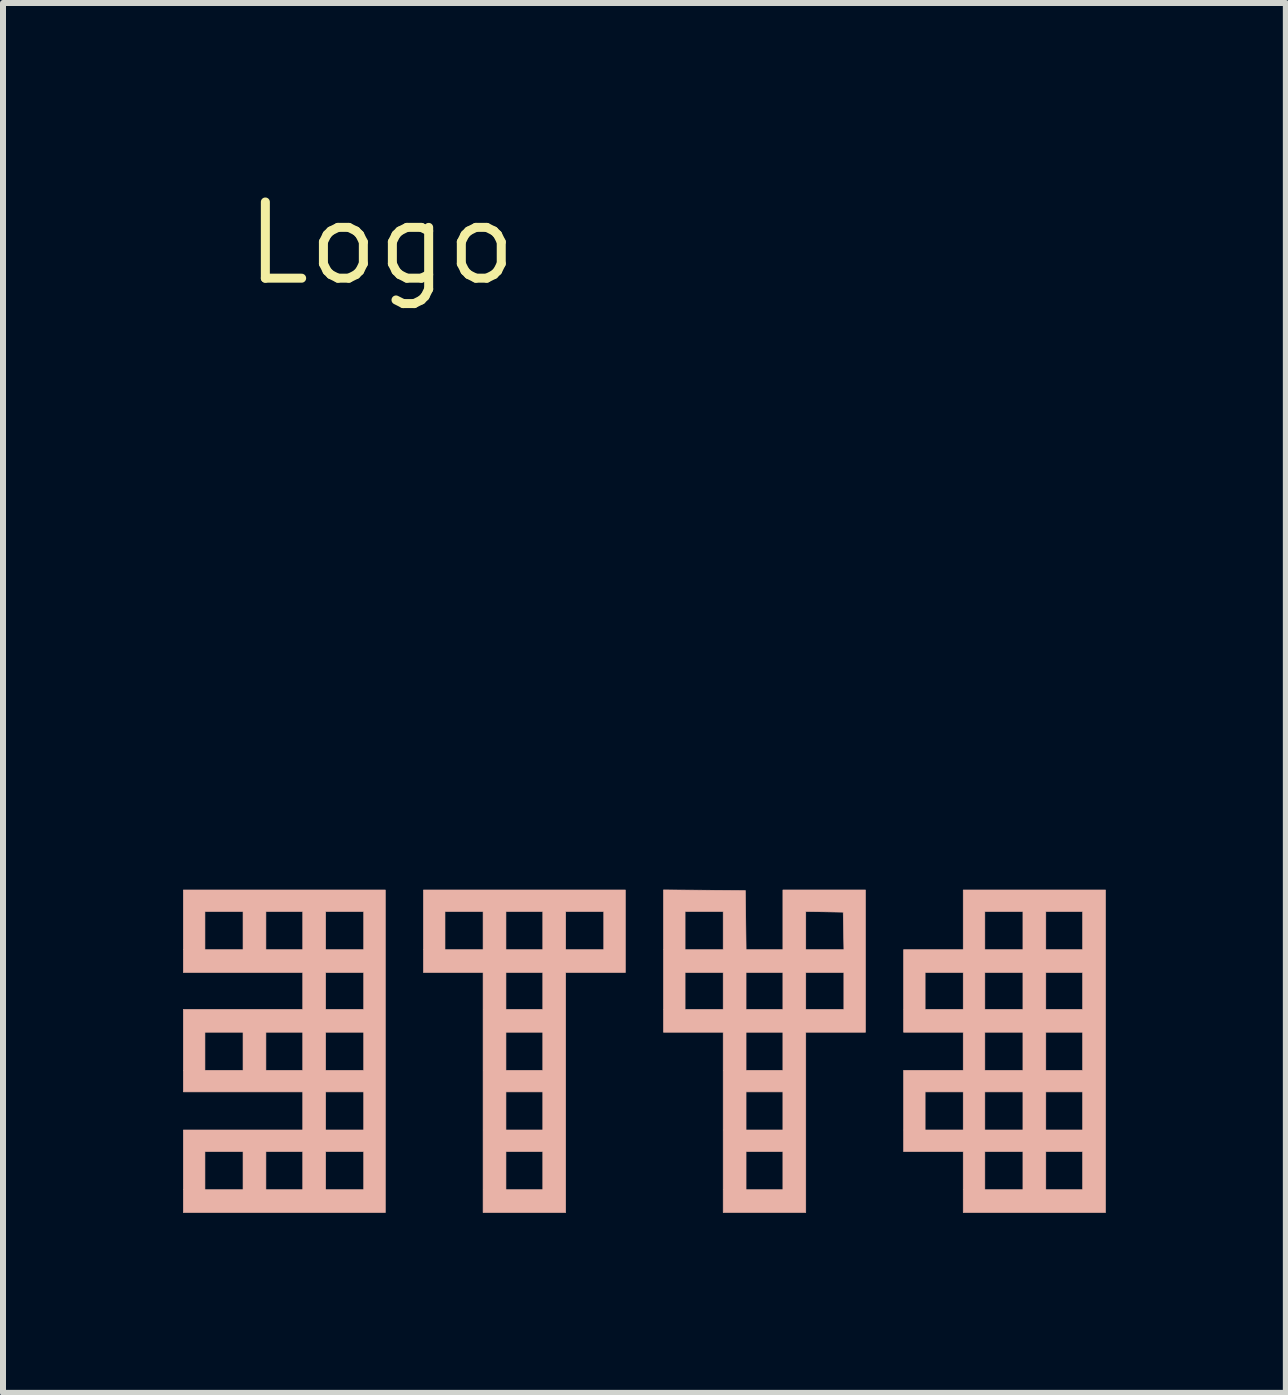
<source format=kicad_pcb>
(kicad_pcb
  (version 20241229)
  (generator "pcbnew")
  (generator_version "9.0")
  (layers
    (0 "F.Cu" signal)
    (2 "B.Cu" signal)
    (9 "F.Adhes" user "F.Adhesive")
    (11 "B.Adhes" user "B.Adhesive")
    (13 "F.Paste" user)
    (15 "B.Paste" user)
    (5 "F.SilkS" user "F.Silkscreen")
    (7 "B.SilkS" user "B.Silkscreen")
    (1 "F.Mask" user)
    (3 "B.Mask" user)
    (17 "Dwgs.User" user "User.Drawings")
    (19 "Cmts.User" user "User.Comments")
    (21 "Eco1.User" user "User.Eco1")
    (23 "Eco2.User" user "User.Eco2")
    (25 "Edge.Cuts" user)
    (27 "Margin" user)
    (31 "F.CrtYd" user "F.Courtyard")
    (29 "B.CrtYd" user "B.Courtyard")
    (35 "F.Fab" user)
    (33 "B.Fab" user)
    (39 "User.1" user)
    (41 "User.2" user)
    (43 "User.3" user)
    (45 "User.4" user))
  (footprint "Logo"
    (layer "F.Cu")
    (at 3.307 1.006)
    (property "Reference" "Logo" (at 0 0 0) (layer "F.SilkS") (effects (font (size 1.27 1.27) (thickness 0.15))))
    (attr through_hole)
    (fp_poly (pts (xy 4.064 12.15) (xy 3.069 12.15) (xy 3.069 16.15) (xy 1.693 16.15) (xy 1.693 15.134) (xy 2.074 15.134) (xy 2.074 15.769) (xy 2.688 15.769) (xy 2.688 15.134) (xy 2.074 15.134) (xy 1.693 15.134) (xy 1.693 14.139) (xy 2.074 14.139) (xy 2.074 14.774) (xy 2.688 14.774) (xy 2.688 14.139) (xy 2.074 14.139) (xy 1.693 14.139) (xy 1.693 13.145) (xy 2.074 13.145) (xy 2.074 13.78) (xy 2.688 13.78) (xy 2.688 13.145) (xy 2.074 13.145) (xy 1.693 13.145) (xy 1.693 12.15) (xy 2.074 12.15) (xy 2.074 12.764) (xy 2.688 12.764) (xy 2.688 12.15) (xy 2.074 12.15) (xy 1.693 12.15) (xy 0.699 12.15) (xy 0.699 11.134) (xy 1.058 11.134) (xy 1.058 11.769) (xy 1.693 11.769) (xy 1.693 11.134) (xy 2.074 11.134) (xy 2.074 11.769) (xy 2.688 11.769) (xy 2.688 11.134) (xy 3.069 11.134) (xy 3.069 11.769) (xy 3.704 11.769) (xy 3.704 11.134) (xy 3.069 11.134) (xy 2.688 11.134) (xy 2.074 11.134) (xy 1.693 11.134) (xy 1.058 11.134) (xy 0.699 11.134) (xy 0.699 10.774) (xy 4.064 10.774) (xy 4.064 12.15)) (stroke (width 0.01) (type solid)) (fill yes) (layer "B.SilkS"))
    (fp_poly (pts (xy 6.064 10.784) (xy 6.076 11.769) (xy 6.689 11.769) (xy 7.07 11.769) (xy 7.706 11.769) (xy 7.7 11.456) (xy 7.694 11.144) (xy 7.382 11.138) (xy 7.07 11.133) (xy 7.07 11.769) (xy 6.689 11.769) (xy 6.689 10.774) (xy 8.065 10.774) (xy 8.065 13.145) (xy 7.07 13.145) (xy 7.07 16.15) (xy 5.694 16.15) (xy 5.694 15.134) (xy 6.075 15.134) (xy 6.075 15.769) (xy 6.689 15.769) (xy 6.689 15.134) (xy 6.075 15.134) (xy 5.694 15.134) (xy 5.694 14.139) (xy 6.075 14.139) (xy 6.075 14.774) (xy 6.689 14.774) (xy 6.689 14.139) (xy 6.075 14.139) (xy 5.694 14.139) (xy 5.694 13.145) (xy 6.075 13.145) (xy 6.075 13.78) (xy 6.689 13.78) (xy 6.689 13.145) (xy 6.075 13.145) (xy 5.694 13.145) (xy 4.699 13.145) (xy 4.699 12.15) (xy 5.059 12.15) (xy 5.059 12.764) (xy 5.694 12.764) (xy 5.694 12.15) (xy 6.075 12.15) (xy 6.075 12.764) (xy 6.689 12.764) (xy 6.689 12.15) (xy 7.07 12.15) (xy 7.07 12.764) (xy 7.705 12.764) (xy 7.705 12.15) (xy 7.07 12.15) (xy 6.689 12.15) (xy 6.075 12.15) (xy 5.694 12.15) (xy 5.059 12.15) (xy 4.699 12.15) (xy 4.699 11.134) (xy 5.059 11.134) (xy 5.059 11.769) (xy 5.694 11.769) (xy 5.694 11.134) (xy 5.059 11.134) (xy 4.699 11.134) (xy 4.699 10.773) (xy 6.064 10.784)) (stroke (width 0.01) (type solid)) (fill yes) (layer "B.SilkS"))
    (fp_poly (pts (xy 0.064 16.15) (xy -3.302 16.15) (xy -3.302 15.134) (xy -2.942 15.134) (xy -2.942 15.769) (xy -2.307 15.769) (xy -2.307 15.134) (xy -1.926 15.134) (xy -1.926 15.769) (xy -1.312 15.769) (xy -1.312 15.134) (xy -0.931 15.134) (xy -0.931 15.769) (xy -0.296 15.769) (xy -0.296 15.134) (xy -0.931 15.134) (xy -1.312 15.134) (xy -1.926 15.134) (xy -2.307 15.134) (xy -2.942 15.134) (xy -3.302 15.134) (xy -3.302 14.774) (xy -1.312 14.774) (xy -1.312 14.139) (xy -0.931 14.139) (xy -0.931 14.774) (xy -0.296 14.774) (xy -0.296 14.139) (xy -0.931 14.139) (xy -1.312 14.139) (xy -3.302 14.139) (xy -3.302 13.145) (xy -2.942 13.145) (xy -2.942 13.78) (xy -2.307 13.78) (xy -2.307 13.145) (xy -1.926 13.145) (xy -1.926 13.78) (xy -1.312 13.78) (xy -1.312 13.145) (xy -0.931 13.145) (xy -0.931 13.78) (xy -0.296 13.78) (xy -0.296 13.145) (xy -0.931 13.145) (xy -1.312 13.145) (xy -1.926 13.145) (xy -2.307 13.145) (xy -2.942 13.145) (xy -3.302 13.145) (xy -3.302 12.764) (xy -1.312 12.764) (xy -1.312 12.15) (xy -0.931 12.15) (xy -0.931 12.764) (xy -0.296 12.764) (xy -0.296 12.15) (xy -0.931 12.15) (xy -1.312 12.15) (xy -3.302 12.15) (xy -3.302 11.134) (xy -2.942 11.134) (xy -2.942 11.769) (xy -2.307 11.769) (xy -2.307 11.134) (xy -1.926 11.134) (xy -1.926 11.769) (xy -1.312 11.769) (xy -1.312 11.134) (xy -0.931 11.134) (xy -0.931 11.769) (xy -0.296 11.769) (xy -0.296 11.134) (xy -0.931 11.134) (xy -1.312 11.134) (xy -1.926 11.134) (xy -2.307 11.134) (xy -2.942 11.134) (xy -3.302 11.134) (xy -3.302 10.774) (xy 0.064 10.774) (xy 0.064 16.15)) (stroke (width 0.01) (type solid)) (fill yes) (layer "B.SilkS"))
    (fp_poly (pts (xy 12.065 16.15) (xy 9.694 16.15) (xy 9.694 15.134) (xy 10.054 15.134) (xy 10.054 15.769) (xy 10.689 15.769) (xy 10.689 15.134) (xy 11.07 15.134) (xy 11.07 15.769) (xy 11.684 15.769) (xy 11.684 15.134) (xy 11.07 15.134) (xy 10.689 15.134) (xy 10.054 15.134) (xy 9.694 15.134) (xy 8.7 15.134) (xy 8.7 14.139) (xy 9.059 14.139) (xy 9.059 14.774) (xy 9.694 14.774) (xy 9.694 14.139) (xy 10.054 14.139) (xy 10.054 14.774) (xy 10.689 14.774) (xy 10.689 14.139) (xy 11.07 14.139) (xy 11.07 14.774) (xy 11.684 14.774) (xy 11.684 14.139) (xy 11.07 14.139) (xy 10.689 14.139) (xy 10.054 14.139) (xy 9.694 14.139) (xy 9.059 14.139) (xy 8.7 14.139) (xy 8.7 13.78) (xy 9.694 13.78) (xy 9.694 13.145) (xy 10.054 13.145) (xy 10.054 13.78) (xy 10.689 13.78) (xy 10.689 13.145) (xy 11.07 13.145) (xy 11.07 13.78) (xy 11.684 13.78) (xy 11.684 13.145) (xy 11.07 13.145) (xy 10.689 13.145) (xy 10.054 13.145) (xy 9.694 13.145) (xy 8.7 13.145) (xy 8.7 12.15) (xy 9.059 12.15) (xy 9.059 12.764) (xy 9.694 12.764) (xy 9.694 12.15) (xy 10.054 12.15) (xy 10.054 12.764) (xy 10.689 12.764) (xy 10.689 12.15) (xy 11.07 12.15) (xy 11.07 12.764) (xy 11.684 12.764) (xy 11.684 12.15) (xy 11.07 12.15) (xy 10.689 12.15) (xy 10.054 12.15) (xy 9.694 12.15) (xy 9.059 12.15) (xy 8.7 12.15) (xy 8.7 11.769) (xy 9.694 11.769) (xy 9.694 11.134) (xy 10.054 11.134) (xy 10.054 11.769) (xy 10.689 11.769) (xy 10.689 11.134) (xy 11.07 11.134) (xy 11.07 11.769) (xy 11.684 11.769) (xy 11.684 11.134) (xy 11.07 11.134) (xy 10.689 11.134) (xy 10.054 11.134) (xy 9.694 11.134) (xy 9.694 10.774) (xy 12.065 10.774) (xy 12.065 16.15)) (stroke (width 0.01) (type solid)) (fill yes) (layer "B.SilkS")))
  (gr_rect
    (start -3 -3)
    (end 18.377 20.161)
    (stroke (width 0.1) (type default))
    (fill no)
    (layer "Edge.Cuts")))
</source>
